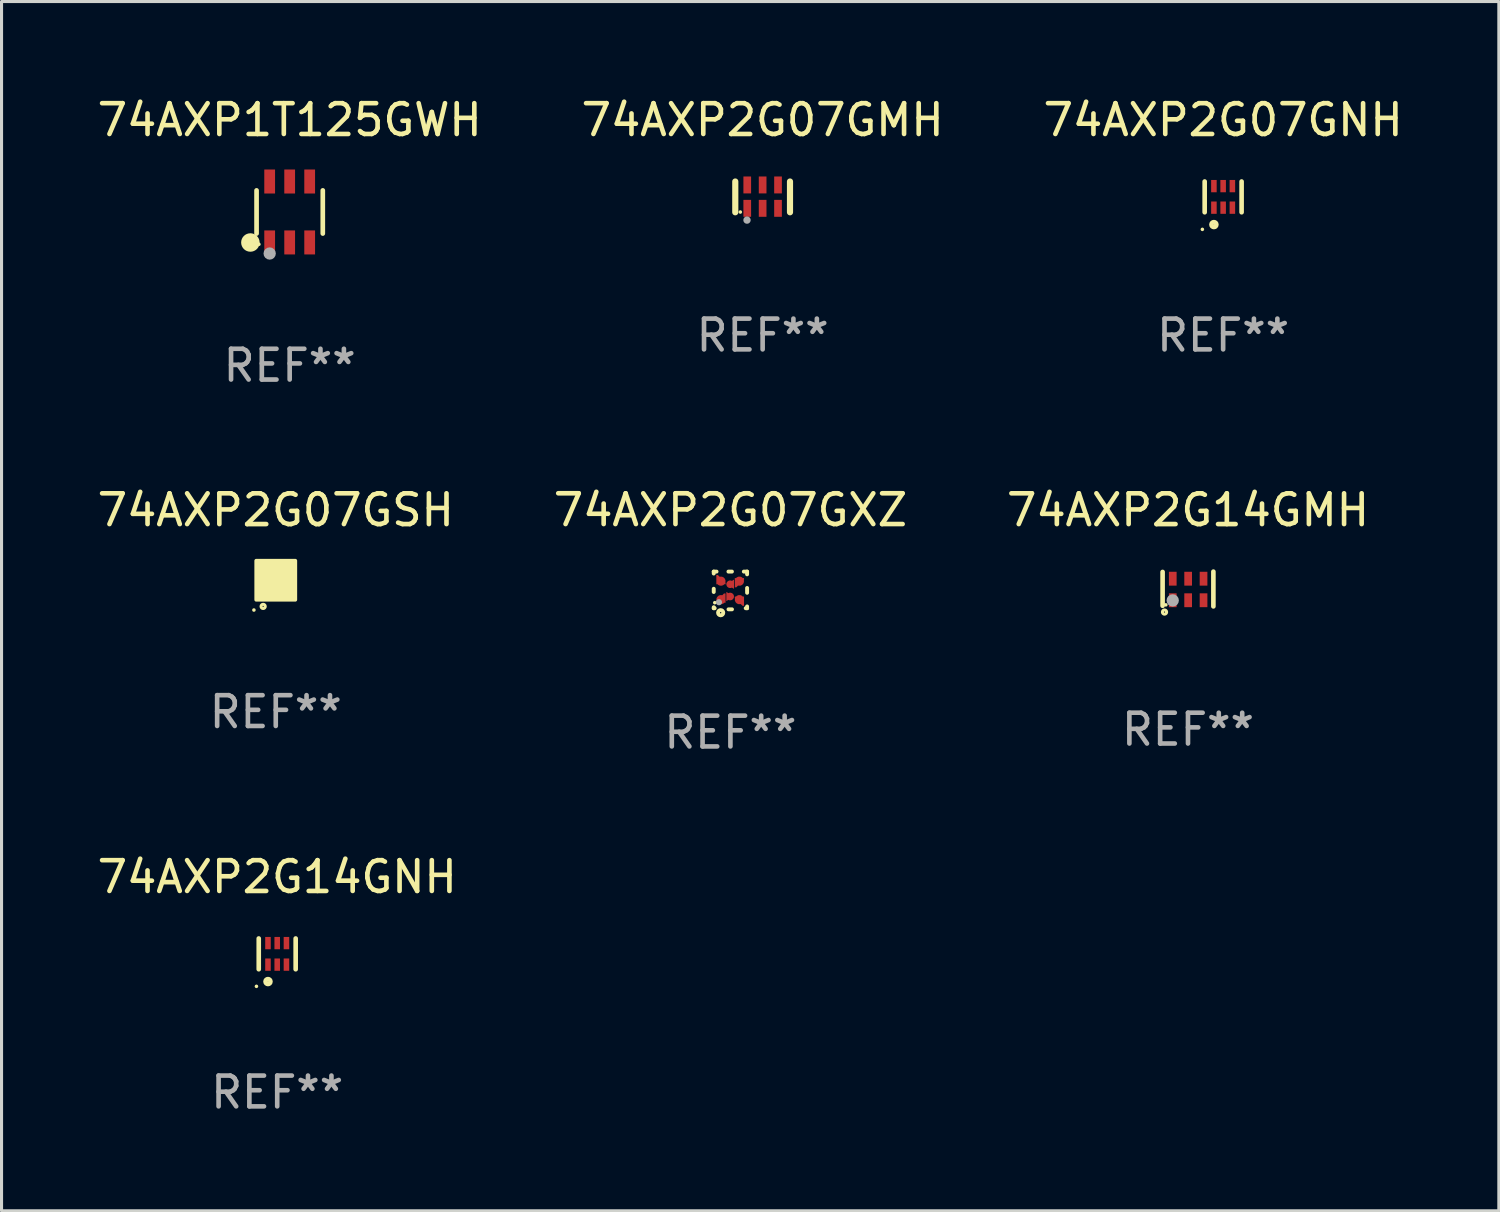
<source format=kicad_pcb>
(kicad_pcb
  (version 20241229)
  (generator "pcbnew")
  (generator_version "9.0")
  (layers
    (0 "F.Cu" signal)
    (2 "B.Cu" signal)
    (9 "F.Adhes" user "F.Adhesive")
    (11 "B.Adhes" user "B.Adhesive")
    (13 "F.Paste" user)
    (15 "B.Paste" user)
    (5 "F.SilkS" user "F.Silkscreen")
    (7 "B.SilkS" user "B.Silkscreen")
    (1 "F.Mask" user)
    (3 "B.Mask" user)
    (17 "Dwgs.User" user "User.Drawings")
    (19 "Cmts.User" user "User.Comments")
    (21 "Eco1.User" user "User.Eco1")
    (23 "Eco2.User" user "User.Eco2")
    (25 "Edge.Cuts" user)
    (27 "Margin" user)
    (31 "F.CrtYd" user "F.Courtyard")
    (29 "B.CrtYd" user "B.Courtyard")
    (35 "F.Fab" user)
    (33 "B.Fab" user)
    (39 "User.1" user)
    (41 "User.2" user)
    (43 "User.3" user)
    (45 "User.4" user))
  (footprint "74AXP2G07GMH"
    (layer "F.Cu")
    (at 21.732 3.348)
    (property "Reference" "74AXP2G07GMH" (at 0 -2.5 0) (layer "F.SilkS") (effects (font (size 1 1) (thickness 0.15))))
    (attr through_hole)
    (fp_line (start -0.889 0.5) (end -0.889 -0.5) (stroke (width 0.2) (type solid)) (layer "F.SilkS"))
    (fp_line (start 0.889 0.5) (end 0.889 -0.5) (stroke (width 0.2) (type solid)) (layer "F.SilkS"))
    (fp_circle (center -0.725 0.492) (end -0.695 0.492) (stroke (width 0.06) (type solid)) (fill no) (layer "F.SilkS"))
    (fp_circle (center -0.508 0.754) (end -0.448 0.754) (stroke (width 0.12) (type solid)) (fill no) (layer "F.Fab"))
    (fp_text user "REF**" (at 0 4.5 0) (layer "F.Fab") (effects (font (size 1 1) (thickness 0.15))))
    (pad "1" smd rect (at -0.5 0.372) (size 0.25 0.55) (layers "F.Cu" "F.Mask" "F.Paste"))
    (pad "2" smd rect (at -0.000127 0.372) (size 0.25 0.55) (layers "F.Cu" "F.Mask" "F.Paste"))
    (pad "3" smd rect (at 0.5 0.372) (size 0.25 0.55) (layers "F.Cu" "F.Mask" "F.Paste"))
    (pad "4" smd rect (at 0.5 -0.388 180) (size 0.25 0.55) (layers "F.Cu" "F.Mask" "F.Paste"))
    (pad "5" smd rect (at -0.000127 -0.388 180) (size 0.25 0.55) (layers "F.Cu" "F.Mask" "F.Paste"))
    (pad "6" smd rect (at -0.5 -0.388 180) (size 0.25 0.55) (layers "F.Cu" "F.Mask" "F.Paste")))
  (footprint "74AXP1T125GWH"
    (layer "F.Cu")
    (at 6.363 3.838)
    (property "Reference" "74AXP1T125GWH" (at 0 -2.99 0) (layer "F.SilkS") (effects (font (size 1 1) (thickness 0.15))))
    (attr through_hole)
    (fp_line (start -1.076 0.701) (end -1.076 -0.701) (stroke (width 0.152) (type solid)) (layer "F.SilkS"))
    (fp_line (start 1.076 0.701) (end 1.076 -0.701) (stroke (width 0.152) (type solid)) (layer "F.SilkS"))
    (fp_circle (center -1.277 0.992) (end -1.127 0.992) (stroke (width 0.3) (type solid)) (fill no) (layer "F.SilkS"))
    (fp_circle (center -1 1.05) (end -0.97 1.05) (stroke (width 0.06) (type solid)) (fill no) (layer "F.SilkS"))
    (fp_circle (center -0.65 1.35) (end -0.55 1.35) (stroke (width 0.2) (type solid)) (fill no) (layer "F.Fab"))
    (fp_text user "REF**" (at 0 4.99 0) (layer "F.Fab") (effects (font (size 1 1) (thickness 0.15))))
    (pad "1" smd rect (at -0.65 0.99) (size 0.35 0.78) (layers "F.Cu" "F.Mask" "F.Paste"))
    (pad "2" smd rect (at 0 0.99) (size 0.35 0.78) (layers "F.Cu" "F.Mask" "F.Paste"))
    (pad "3" smd rect (at 0.65 0.99) (size 0.35 0.78) (layers "F.Cu" "F.Mask" "F.Paste"))
    (pad "4" smd rect (at 0.65 -0.99) (size 0.35 0.78) (layers "F.Cu" "F.Mask" "F.Paste"))
    (pad "5" smd rect (at 0 -0.99) (size 0.35 0.78) (layers "F.Cu" "F.Mask" "F.Paste"))
    (pad "6" smd rect (at -0.65 -0.99) (size 0.35 0.78) (layers "F.Cu" "F.Mask" "F.Paste")))
  (footprint "74AXP2G14GNH"
    (layer "F.Cu")
    (at 5.958 27.946)
    (property "Reference" "74AXP2G14GNH" (at 0 -2.5 0) (layer "F.SilkS") (effects (font (size 1 1) (thickness 0.15))))
    (attr through_hole)
    (fp_line (start -0.6 -0.5) (end -0.6 0.5) (stroke (width 0.15) (type solid)) (layer "F.SilkS"))
    (fp_line (start 0.6 0.5) (end 0.6 -0.5) (stroke (width 0.15) (type solid)) (layer "F.SilkS"))
    (fp_circle (center -0.675 1.055) (end -0.645 1.055) (stroke (width 0.06) (type solid)) (fill no) (layer "F.SilkS"))
    (fp_circle (center -0.3 0.9) (end -0.22 0.9) (stroke (width 0.15) (type solid)) (fill no) (layer "F.SilkS"))
    (fp_text user "REF**" (at 0 4.5 0) (layer "F.Fab") (effects (font (size 1 1) (thickness 0.15))))
    (pad "1" smd rect (at -0.3 0.35) (size 0.18 0.4) (layers "F.Cu" "F.Mask" "F.Paste"))
    (pad "2" smd rect (at 0.000025 0.35) (size 0.18 0.4) (layers "F.Cu" "F.Mask" "F.Paste"))
    (pad "3" smd rect (at 0.3 0.35) (size 0.18 0.4) (layers "F.Cu" "F.Mask" "F.Paste"))
    (pad "4" smd rect (at 0.3 -0.35) (size 0.18 0.4) (layers "F.Cu" "F.Mask" "F.Paste"))
    (pad "5" smd rect (at 0.000025 -0.35) (size 0.18 0.4) (layers "F.Cu" "F.Mask" "F.Paste"))
    (pad "6" smd rect (at -0.3 -0.35) (size 0.18 0.4) (layers "F.Cu" "F.Mask" "F.Paste")))
  (footprint "74AXP2G07GNH"
    (layer "F.Cu")
    (at 36.696 3.348)
    (property "Reference" "74AXP2G07GNH" (at 0 -2.5 0) (layer "F.SilkS") (effects (font (size 1 1) (thickness 0.15))))
    (attr through_hole)
    (fp_line (start -0.6 -0.5) (end -0.6 0.5) (stroke (width 0.15) (type solid)) (layer "F.SilkS"))
    (fp_line (start 0.6 0.5) (end 0.6 -0.5) (stroke (width 0.15) (type solid)) (layer "F.SilkS"))
    (fp_circle (center -0.675 1.055) (end -0.645 1.055) (stroke (width 0.06) (type solid)) (fill no) (layer "F.SilkS"))
    (fp_circle (center -0.3 0.9) (end -0.22 0.9) (stroke (width 0.15) (type solid)) (fill no) (layer "F.SilkS"))
    (fp_text user "REF**" (at 0 4.5 0) (layer "F.Fab") (effects (font (size 1 1) (thickness 0.15))))
    (pad "1" smd rect (at -0.3 0.35) (size 0.18 0.4) (layers "F.Cu" "F.Mask" "F.Paste"))
    (pad "2" smd rect (at 0.000025 0.35) (size 0.18 0.4) (layers "F.Cu" "F.Mask" "F.Paste"))
    (pad "3" smd rect (at 0.3 0.35) (size 0.18 0.4) (layers "F.Cu" "F.Mask" "F.Paste"))
    (pad "4" smd rect (at 0.3 -0.35) (size 0.18 0.4) (layers "F.Cu" "F.Mask" "F.Paste"))
    (pad "5" smd rect (at 0.000025 -0.35) (size 0.18 0.4) (layers "F.Cu" "F.Mask" "F.Paste"))
    (pad "6" smd rect (at -0.3 -0.35) (size 0.18 0.4) (layers "F.Cu" "F.Mask" "F.Paste")))
  (footprint "74AXP2G14GMH"
    (layer "F.Cu")
    (at 35.554 16.09)
    (property "Reference" "74AXP2G14GMH" (at 0 -2.565 0) (layer "F.SilkS") (effects (font (size 1 1) (thickness 0.15))))
    (attr through_hole)
    (fp_line (start -0.825 -0.555) (end -0.825 0.545) (stroke (width 0.15) (type solid)) (layer "F.SilkS"))
    (fp_line (start 0.825 -0.565) (end 0.825 0.565) (stroke (width 0.15) (type solid)) (layer "F.SilkS"))
    (fp_circle (center -0.763 0.749) (end -0.695 0.749) (stroke (width 0.1) (type solid)) (fill no) (layer "F.SilkS"))
    (fp_circle (center -0.72 0.515) (end -0.69 0.515) (stroke (width 0.06) (type solid)) (fill no) (layer "F.SilkS"))
    (fp_circle (center -0.496 0.371) (end -0.396 0.371) (stroke (width 0.2) (type solid)) (fill no) (layer "F.Fab"))
    (fp_text user "REF**" (at 0 4.565 0) (layer "F.Fab") (effects (font (size 1 1) (thickness 0.15))))
    (pad "1" smd rect (at -0.495 0.365) (size 0.25 0.45) (layers "F.Cu" "F.Mask" "F.Paste"))
    (pad "2" smd rect (at 0.005 0.365) (size 0.25 0.45) (layers "F.Cu" "F.Mask" "F.Paste"))
    (pad "3" smd rect (at 0.505 0.365) (size 0.25 0.45) (layers "F.Cu" "F.Mask" "F.Paste"))
    (pad "4" smd rect (at 0.505 -0.335) (size 0.25 0.45) (layers "F.Cu" "F.Mask" "F.Paste"))
    (pad "5" smd rect (at 0.005 -0.335) (size 0.25 0.45) (layers "F.Cu" "F.Mask" "F.Paste"))
    (pad "6" smd rect (at -0.495 -0.335) (size 0.25 0.45) (layers "F.Cu" "F.Mask" "F.Paste")))
  (footprint "74AXP2G07GXZ"
    (layer "F.Cu")
    (at 20.685 16.137)
    (property "Reference" "74AXP2G07GXZ" (at 0 -2.613 0) (layer "F.SilkS") (effects (font (size 1 1) (thickness 0.15))))
    (attr through_hole)
    (fp_line (start -0.542 -0.613) (end -0.451 -0.613) (stroke (width 0.127) (type solid)) (layer "F.SilkS"))
    (fp_line (start -0.542 -0.55) (end -0.542 -0.613) (stroke (width 0.127) (type solid)) (layer "F.SilkS"))
    (fp_line (start -0.542 0.05) (end -0.542 -0.055) (stroke (width 0.127) (type solid)) (layer "F.SilkS"))
    (fp_line (start -0.542 0.577) (end -0.542 0.545) (stroke (width 0.127) (type solid)) (layer "F.SilkS"))
    (fp_line (start -0.512 0.577) (end -0.542 0.577) (stroke (width 0.127) (type solid)) (layer "F.SilkS"))
    (fp_line (start -0.064 -0.613) (end 0.049 -0.613) (stroke (width 0.127) (type solid)) (layer "F.SilkS"))
    (fp_line (start -0.062 0.613) (end 0.051 0.613) (stroke (width 0.127) (type solid)) (layer "F.SilkS"))
    (fp_line (start 0.436 -0.613) (end 0.542 -0.613) (stroke (width 0.127) (type solid)) (layer "F.SilkS"))
    (fp_line (start 0.542 -0.613) (end 0.542 -0.524) (stroke (width 0.127) (type solid)) (layer "F.SilkS"))
    (fp_line (start 0.542 -0.081) (end 0.542 0.076) (stroke (width 0.127) (type solid)) (layer "F.SilkS"))
    (fp_line (start 0.542 0.519) (end 0.542 0.577) (stroke (width 0.127) (type solid)) (layer "F.SilkS"))
    (fp_line (start 0.542 0.577) (end 0.497 0.577) (stroke (width 0.127) (type solid)) (layer "F.SilkS"))
    (fp_circle (center -0.508 0.397) (end -0.478 0.397) (stroke (width 0.06) (type solid)) (fill no) (layer "F.SilkS"))
    (fp_circle (center -0.317 0.723) (end -0.296 0.723) (stroke (width 0.127) (type solid)) (fill no) (layer "F.SilkS"))
    (fp_circle (center -0.373 0.382) (end -0.322 0.382) (stroke (width 0.1) (type solid)) (fill no) (layer "F.Fab"))
    (fp_text user "REF**" (at 0 4.613 0) (layer "F.Fab") (effects (font (size 1 1) (thickness 0.15))))
    (pad "1" smd custom (at -0.308 0.298 90) (size 0.3 0.3) (layers "F.Cu" "F.Mask" "F.Paste") (options (anchor circle)) (primitives (gr_poly (pts (xy -0.1 0.15) (xy 0.2 0.15) (xy 0.2 0.1) (xy -0.05 -0.15) (xy -0.1 -0.15)) (width 0) (fill yes))))
    (pad "2" smd custom (at -0.008 0.197 90) (size 0.25 0.3) (layers "F.Cu" "F.Mask" "F.Paste") (options (anchor circle)) (primitives (gr_poly (pts (xy -0.15 -0.125) (xy 0.15 -0.125) (xy 0.000076 0.125)) (width 0) (fill yes))))
    (pad "3" smd custom (at 0.292 0.298 90) (size 0.3 0.3) (layers "F.Cu" "F.Mask" "F.Paste") (options (anchor circle)) (primitives (gr_poly (pts (xy 0.1 0.15) (xy 0.1 -0.15) (xy 0.05 -0.15) (xy -0.2 0.1) (xy -0.2 0.15)) (width 0) (fill yes))))
    (pad "4" smd custom (at 0.292 -0.302 90) (size 0.3 0.3) (layers "F.Cu" "F.Mask" "F.Paste") (options (anchor circle)) (primitives (gr_poly (pts (xy 0.1 -0.15) (xy -0.2 -0.15) (xy -0.2 -0.1) (xy 0.05 0.15) (xy 0.1 0.15)) (width 0) (fill yes))))
    (pad "5" smd custom (at -0.008 -0.202 90) (size 0.25 0.3) (layers "F.Cu" "F.Mask" "F.Paste") (options (anchor circle)) (primitives (gr_poly (pts (xy -0.15 0.125) (xy 0.15 0.125) (xy 0.000051 -0.125)) (width 0) (fill yes))))
    (pad "6" smd custom (at -0.308 -0.302 90) (size 0.3 0.3) (layers "F.Cu" "F.Mask" "F.Paste") (options (anchor circle)) (primitives (gr_poly (pts (xy -0.1 -0.15) (xy 0.2 -0.15) (xy 0.2 -0.1) (xy -0.05 0.15) (xy -0.1 0.15)) (width 0) (fill yes)))))
  (footprint "74AXP2G07GSH"
    (layer "F.Cu")
    (at 5.911 15.805)
    (property "Reference" "74AXP2G07GSH" (at 0 -2.28 0) (layer "F.SilkS") (effects (font (size 1 1) (thickness 0.15))))
    (attr through_hole)
    (fp_circle (center -0.71 0.968) (end -0.68 0.968) (stroke (width 0.06) (type solid)) (fill no) (layer "F.SilkS"))
    (fp_circle (center -0.41 0.85) (end -0.342 0.85) (stroke (width 0.1) (type solid)) (fill no) (layer "F.SilkS"))
    (fp_poly (pts (xy -0.635 -0.635) (xy 0.635 -0.635) (xy 0.635 0.635) (xy -0.635 0.635)) (stroke (width 0.12) (type solid)) (fill yes) (layer "F.SilkS"))
    (fp_text user "REF**" (at 0 4.28 0) (layer "F.Fab") (effects (font (size 1 1) (thickness 0.15))))
    (pad "1" smd rect (at -0.35 0.28 90) (size 0.35 0.2) (layers "F.Cu" "F.Mask" "F.Paste"))
    (pad "2" smd rect (at 0 0.28 90) (size 0.35 0.2) (layers "F.Cu" "F.Mask" "F.Paste"))
    (pad "3" smd rect (at 0.35 0.28 90) (size 0.35 0.2) (layers "F.Cu" "F.Mask" "F.Paste"))
    (pad "4" smd rect (at 0.35 -0.28 90) (size 0.35 0.2) (layers "F.Cu" "F.Mask" "F.Paste"))
    (pad "5" smd rect (at 0 -0.28 90) (size 0.35 0.2) (layers "F.Cu" "F.Mask" "F.Paste"))
    (pad "6" smd rect (at -0.35 -0.28 90) (size 0.35 0.2) (layers "F.Cu" "F.Mask" "F.Paste")))
  (gr_rect
    (start -3 -3)
    (end 45.655 36.295)
    (stroke (width 0.1) (type default))
    (fill no)
    (layer "Edge.Cuts")))
</source>
